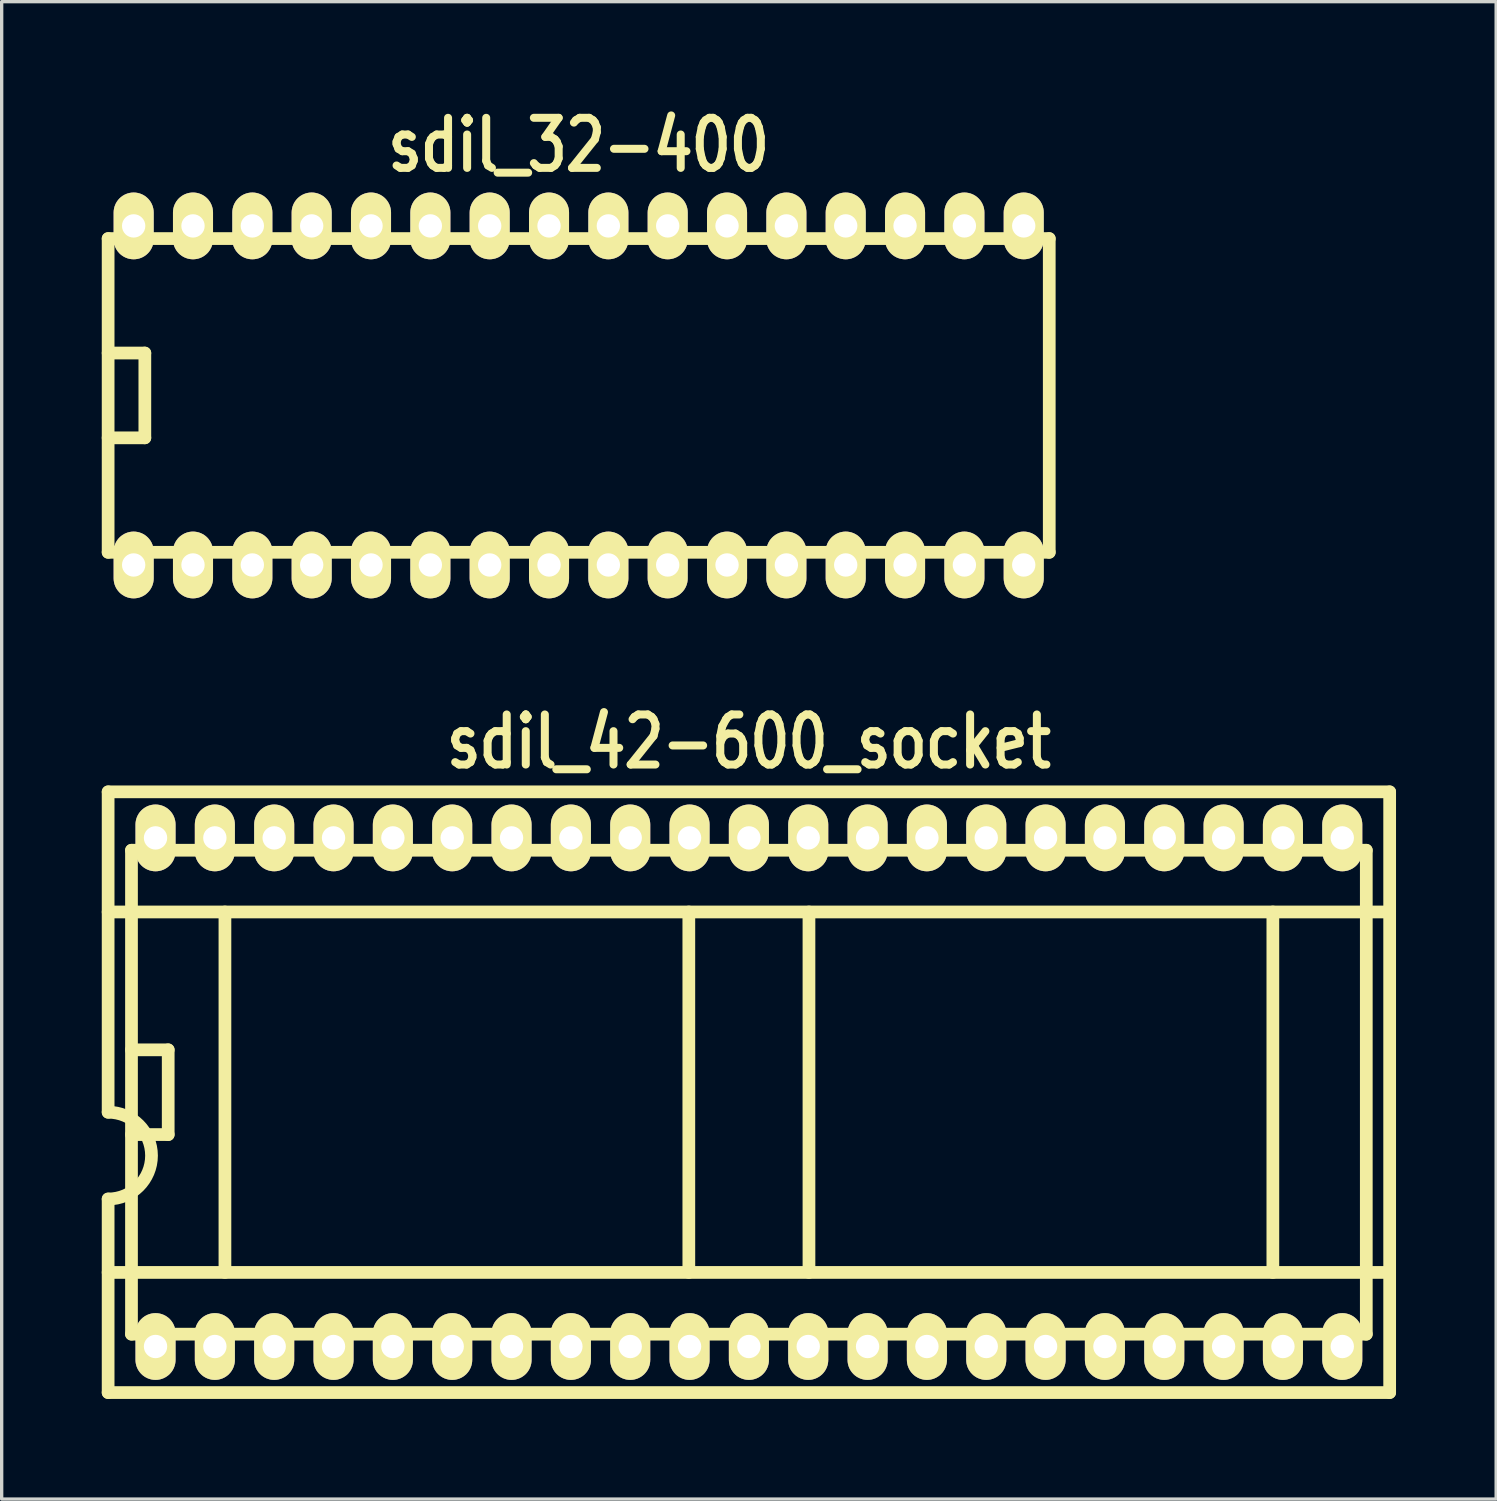
<source format=kicad_pcb>
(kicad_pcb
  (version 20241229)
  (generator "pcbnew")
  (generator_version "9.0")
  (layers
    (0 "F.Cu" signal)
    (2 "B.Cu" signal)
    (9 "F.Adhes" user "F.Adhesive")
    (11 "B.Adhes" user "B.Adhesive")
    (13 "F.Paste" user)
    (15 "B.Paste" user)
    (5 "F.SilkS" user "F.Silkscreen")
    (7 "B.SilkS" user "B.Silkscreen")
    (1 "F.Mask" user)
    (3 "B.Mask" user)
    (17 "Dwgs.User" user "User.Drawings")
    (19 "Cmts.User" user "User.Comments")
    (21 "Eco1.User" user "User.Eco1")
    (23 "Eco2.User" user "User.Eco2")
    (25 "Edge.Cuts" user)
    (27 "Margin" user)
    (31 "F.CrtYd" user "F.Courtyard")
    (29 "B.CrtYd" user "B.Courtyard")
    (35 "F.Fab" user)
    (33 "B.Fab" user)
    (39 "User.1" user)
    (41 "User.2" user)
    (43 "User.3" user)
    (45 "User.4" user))
  (footprint "sdil_42-600_socket"
    (layer "F.Cu")
    (at 19.39 29.677)
    (property "Reference" "sdil_42-600_socket" (at 0 -10.5 0) (layer "F.SilkS") (effects (font (size 1.5 1.2) (thickness 0.24))))
    (attr through_hole)
    (fp_line (start -19.2 -9) (end -19.2 0.6) (stroke (width 0.381) (type solid)) (layer "F.SilkS"))
    (fp_line (start -19.2 -5.4) (end 19.2 -5.4) (stroke (width 0.381) (type solid)) (layer "F.SilkS"))
    (fp_line (start -19.2 3.2) (end -19.2 9) (stroke (width 0.381) (type solid)) (layer "F.SilkS"))
    (fp_line (start -19.2 5.4) (end 19.2 5.4) (stroke (width 0.381) (type solid)) (layer "F.SilkS"))
    (fp_line (start -19.2 9) (end 19.2 9) (stroke (width 0.381) (type solid)) (layer "F.SilkS"))
    (fp_line (start -18.5 -7.25) (end -18.5 7.25) (stroke (width 0.381) (type solid)) (layer "F.SilkS"))
    (fp_line (start -17.4 -1.27) (end -18.5 -1.27) (stroke (width 0.381) (type solid)) (layer "F.SilkS"))
    (fp_line (start -17.4 -1.27) (end -17.4 1.27) (stroke (width 0.381) (type solid)) (layer "F.SilkS"))
    (fp_line (start -17.4 1.27) (end -18.5 1.27) (stroke (width 0.381) (type solid)) (layer "F.SilkS"))
    (fp_line (start -15.7 -5.4) (end -15.7 5.4) (stroke (width 0.381) (type solid)) (layer "F.SilkS"))
    (fp_line (start -1.8 -5.4) (end -1.8 5.4) (stroke (width 0.381) (type solid)) (layer "F.SilkS"))
    (fp_line (start 1.8 -5.4) (end 1.8 5.4) (stroke (width 0.381) (type solid)) (layer "F.SilkS"))
    (fp_line (start 15.7 -5.4) (end 15.7 5.4) (stroke (width 0.381) (type solid)) (layer "F.SilkS"))
    (fp_line (start 18.5 -7.25) (end -18.5 -7.25) (stroke (width 0.381) (type solid)) (layer "F.SilkS"))
    (fp_line (start 18.5 7.25) (end -18.5 7.25) (stroke (width 0.381) (type solid)) (layer "F.SilkS"))
    (fp_line (start 18.5 7.25) (end 18.5 -7.25) (stroke (width 0.381) (type solid)) (layer "F.SilkS"))
    (fp_line (start 19.2 -9) (end -19.2 -9) (stroke (width 0.381) (type solid)) (layer "F.SilkS"))
    (fp_line (start 19.2 9) (end 19.2 -9) (stroke (width 0.381) (type solid)) (layer "F.SilkS"))
    (fp_arc (start -19.2 0.6) (mid -17.9 1.9) (end -19.2 3.2) (stroke (width 0.381) (type solid)) (layer "F.SilkS"))
    (pad "1" thru_hole oval (at -17.78 7.62) (size 1.2 2) (drill 0.7) (layers "*.Cu" "*.Mask" "F.SilkS"))
    (pad "2" thru_hole oval (at -16.002 7.62) (size 1.2 2) (drill 0.7) (layers "*.Cu" "*.Mask" "F.SilkS"))
    (pad "3" thru_hole oval (at -14.224 7.62) (size 1.2 2) (drill 0.7) (layers "*.Cu" "*.Mask" "F.SilkS"))
    (pad "4" thru_hole oval (at -12.446 7.62) (size 1.2 2) (drill 0.7) (layers "*.Cu" "*.Mask" "F.SilkS"))
    (pad "5" thru_hole oval (at -10.668 7.62) (size 1.2 2) (drill 0.7) (layers "*.Cu" "*.Mask" "F.SilkS"))
    (pad "6" thru_hole oval (at -8.89 7.62) (size 1.2 2) (drill 0.7) (layers "*.Cu" "*.Mask" "F.SilkS"))
    (pad "7" thru_hole oval (at -7.112 7.62) (size 1.2 2) (drill 0.7) (layers "*.Cu" "*.Mask" "F.SilkS"))
    (pad "8" thru_hole oval (at -5.334 7.62) (size 1.2 2) (drill 0.7) (layers "*.Cu" "*.Mask" "F.SilkS"))
    (pad "9" thru_hole oval (at -3.556 7.62) (size 1.2 2) (drill 0.7) (layers "*.Cu" "*.Mask" "F.SilkS"))
    (pad "10" thru_hole oval (at -1.778 7.62) (size 1.2 2) (drill 0.7) (layers "*.Cu" "*.Mask" "F.SilkS"))
    (pad "11" thru_hole oval (at 0 7.62) (size 1.2 2) (drill 0.7) (layers "*.Cu" "*.Mask" "F.SilkS"))
    (pad "12" thru_hole oval (at 1.778 7.62) (size 1.2 2) (drill 0.7) (layers "*.Cu" "*.Mask" "F.SilkS"))
    (pad "13" thru_hole oval (at 3.556 7.62) (size 1.2 2) (drill 0.7) (layers "*.Cu" "*.Mask" "F.SilkS"))
    (pad "14" thru_hole oval (at 5.334 7.62) (size 1.2 2) (drill 0.7) (layers "*.Cu" "*.Mask" "F.SilkS"))
    (pad "15" thru_hole oval (at 7.112 7.62) (size 1.2 2) (drill 0.7) (layers "*.Cu" "*.Mask" "F.SilkS"))
    (pad "16" thru_hole oval (at 8.89 7.62) (size 1.2 2) (drill 0.7) (layers "*.Cu" "*.Mask" "F.SilkS"))
    (pad "17" thru_hole oval (at 10.668 7.62) (size 1.2 2) (drill 0.7) (layers "*.Cu" "*.Mask" "F.SilkS"))
    (pad "18" thru_hole oval (at 12.446 7.62) (size 1.2 2) (drill 0.7) (layers "*.Cu" "*.Mask" "F.SilkS"))
    (pad "19" thru_hole oval (at 14.224 7.62) (size 1.2 2) (drill 0.7) (layers "*.Cu" "*.Mask" "F.SilkS"))
    (pad "20" thru_hole oval (at 16.002 7.62) (size 1.2 2) (drill 0.7) (layers "*.Cu" "*.Mask" "F.SilkS"))
    (pad "21" thru_hole oval (at 17.78 7.62) (size 1.2 2) (drill 0.7) (layers "*.Cu" "*.Mask" "F.SilkS"))
    (pad "22" thru_hole oval (at 17.78 -7.62) (size 1.2 2) (drill 0.7) (layers "*.Cu" "*.Mask" "F.SilkS"))
    (pad "23" thru_hole oval (at 16.002 -7.62) (size 1.2 2) (drill 0.7) (layers "*.Cu" "*.Mask" "F.SilkS"))
    (pad "24" thru_hole oval (at 14.224 -7.62) (size 1.2 2) (drill 0.7) (layers "*.Cu" "*.Mask" "F.SilkS"))
    (pad "25" thru_hole oval (at 12.446 -7.62) (size 1.2 2) (drill 0.7) (layers "*.Cu" "*.Mask" "F.SilkS"))
    (pad "26" thru_hole oval (at 10.668 -7.62) (size 1.2 2) (drill 0.7) (layers "*.Cu" "*.Mask" "F.SilkS"))
    (pad "27" thru_hole oval (at 8.89 -7.62) (size 1.2 2) (drill 0.7) (layers "*.Cu" "*.Mask" "F.SilkS"))
    (pad "28" thru_hole oval (at 7.112 -7.62) (size 1.2 2) (drill 0.7) (layers "*.Cu" "*.Mask" "F.SilkS"))
    (pad "29" thru_hole oval (at 5.334 -7.62) (size 1.2 2) (drill 0.7) (layers "*.Cu" "*.Mask" "F.SilkS"))
    (pad "30" thru_hole oval (at 3.556 -7.62) (size 1.2 2) (drill 0.7) (layers "*.Cu" "*.Mask" "F.SilkS"))
    (pad "31" thru_hole oval (at 1.778 -7.62) (size 1.2 2) (drill 0.7) (layers "*.Cu" "*.Mask" "F.SilkS"))
    (pad "32" thru_hole oval (at 0 -7.62) (size 1.2 2) (drill 0.7) (layers "*.Cu" "*.Mask" "F.SilkS"))
    (pad "33" thru_hole oval (at -1.778 -7.62) (size 1.2 2) (drill 0.7) (layers "*.Cu" "*.Mask" "F.SilkS"))
    (pad "34" thru_hole oval (at -3.556 -7.62) (size 1.2 2) (drill 0.7) (layers "*.Cu" "*.Mask" "F.SilkS"))
    (pad "35" thru_hole oval (at -5.334 -7.62) (size 1.2 2) (drill 0.7) (layers "*.Cu" "*.Mask" "F.SilkS"))
    (pad "36" thru_hole oval (at -7.112 -7.62) (size 1.2 2) (drill 0.7) (layers "*.Cu" "*.Mask" "F.SilkS"))
    (pad "37" thru_hole oval (at -8.89 -7.62) (size 1.2 2) (drill 0.7) (layers "*.Cu" "*.Mask" "F.SilkS"))
    (pad "38" thru_hole oval (at -10.668 -7.62) (size 1.2 2) (drill 0.7) (layers "*.Cu" "*.Mask" "F.SilkS"))
    (pad "39" thru_hole oval (at -12.446 -7.62) (size 1.2 2) (drill 0.7) (layers "*.Cu" "*.Mask" "F.SilkS"))
    (pad "40" thru_hole oval (at -14.224 -7.62) (size 1.2 2) (drill 0.7) (layers "*.Cu" "*.Mask" "F.SilkS"))
    (pad "41" thru_hole oval (at -16.002 -7.62) (size 1.2 2) (drill 0.7) (layers "*.Cu" "*.Mask" "F.SilkS"))
    (pad "42" thru_hole oval (at -17.78 -7.62) (size 1.2 2) (drill 0.7) (layers "*.Cu" "*.Mask" "F.SilkS")))
  (footprint "sdil_32-400"
    (layer "F.Cu")
    (at 14.29 8.799)
    (property "Reference" "sdil_32-400" (at 0 -7.5 0) (layer "F.SilkS") (effects (font (size 1.5 1.2) (thickness 0.24))))
    (attr through_hole)
    (fp_line (start -14.1 -4.7) (end -14.1 4.7) (stroke (width 0.381) (type solid)) (layer "F.SilkS"))
    (fp_line (start -13 -1.27) (end -14.1 -1.27) (stroke (width 0.381) (type solid)) (layer "F.SilkS"))
    (fp_line (start -13 -1.27) (end -13 1.27) (stroke (width 0.381) (type solid)) (layer "F.SilkS"))
    (fp_line (start -13 1.27) (end -14.1 1.27) (stroke (width 0.381) (type solid)) (layer "F.SilkS"))
    (fp_line (start 14.1 -4.7) (end -14.1 -4.7) (stroke (width 0.381) (type solid)) (layer "F.SilkS"))
    (fp_line (start 14.1 4.7) (end -14.1 4.7) (stroke (width 0.381) (type solid)) (layer "F.SilkS"))
    (fp_line (start 14.1 4.7) (end 14.1 -4.7) (stroke (width 0.381) (type solid)) (layer "F.SilkS"))
    (pad "1" thru_hole oval (at -13.335 5.08) (size 1.2 2) (drill 0.7) (layers "*.Cu" "*.Mask" "F.SilkS"))
    (pad "2" thru_hole oval (at -11.557 5.08) (size 1.2 2) (drill 0.7) (layers "*.Cu" "*.Mask" "F.SilkS"))
    (pad "3" thru_hole oval (at -9.779 5.08) (size 1.2 2) (drill 0.7) (layers "*.Cu" "*.Mask" "F.SilkS"))
    (pad "4" thru_hole oval (at -8.001 5.08) (size 1.2 2) (drill 0.7) (layers "*.Cu" "*.Mask" "F.SilkS"))
    (pad "5" thru_hole oval (at -6.223 5.08) (size 1.2 2) (drill 0.7) (layers "*.Cu" "*.Mask" "F.SilkS"))
    (pad "6" thru_hole oval (at -4.445 5.08) (size 1.2 2) (drill 0.7) (layers "*.Cu" "*.Mask" "F.SilkS"))
    (pad "7" thru_hole oval (at -2.667 5.08) (size 1.2 2) (drill 0.7) (layers "*.Cu" "*.Mask" "F.SilkS"))
    (pad "8" thru_hole oval (at -0.889 5.08) (size 1.2 2) (drill 0.7) (layers "*.Cu" "*.Mask" "F.SilkS"))
    (pad "9" thru_hole oval (at 0.889 5.08) (size 1.2 2) (drill 0.7) (layers "*.Cu" "*.Mask" "F.SilkS"))
    (pad "10" thru_hole oval (at 2.667 5.08) (size 1.2 2) (drill 0.7) (layers "*.Cu" "*.Mask" "F.SilkS"))
    (pad "11" thru_hole oval (at 4.445 5.08) (size 1.2 2) (drill 0.7) (layers "*.Cu" "*.Mask" "F.SilkS"))
    (pad "12" thru_hole oval (at 6.223 5.08) (size 1.2 2) (drill 0.7) (layers "*.Cu" "*.Mask" "F.SilkS"))
    (pad "13" thru_hole oval (at 8.001 5.08) (size 1.2 2) (drill 0.7) (layers "*.Cu" "*.Mask" "F.SilkS"))
    (pad "14" thru_hole oval (at 9.779 5.08) (size 1.2 2) (drill 0.7) (layers "*.Cu" "*.Mask" "F.SilkS"))
    (pad "15" thru_hole oval (at 11.557 5.08) (size 1.2 2) (drill 0.7) (layers "*.Cu" "*.Mask" "F.SilkS"))
    (pad "16" thru_hole oval (at 13.335 5.08) (size 1.2 2) (drill 0.7) (layers "*.Cu" "*.Mask" "F.SilkS"))
    (pad "17" thru_hole oval (at 13.335 -5.08) (size 1.2 2) (drill 0.7) (layers "*.Cu" "*.Mask" "F.SilkS"))
    (pad "18" thru_hole oval (at 11.557 -5.08) (size 1.2 2) (drill 0.7) (layers "*.Cu" "*.Mask" "F.SilkS"))
    (pad "19" thru_hole oval (at 9.779 -5.08) (size 1.2 2) (drill 0.7) (layers "*.Cu" "*.Mask" "F.SilkS"))
    (pad "20" thru_hole oval (at 8.001 -5.08) (size 1.2 2) (drill 0.7) (layers "*.Cu" "*.Mask" "F.SilkS"))
    (pad "21" thru_hole oval (at 6.223 -5.08) (size 1.2 2) (drill 0.7) (layers "*.Cu" "*.Mask" "F.SilkS"))
    (pad "22" thru_hole oval (at 4.445 -5.08) (size 1.2 2) (drill 0.7) (layers "*.Cu" "*.Mask" "F.SilkS"))
    (pad "23" thru_hole oval (at 2.667 -5.08) (size 1.2 2) (drill 0.7) (layers "*.Cu" "*.Mask" "F.SilkS"))
    (pad "24" thru_hole oval (at 0.889 -5.08) (size 1.2 2) (drill 0.7) (layers "*.Cu" "*.Mask" "F.SilkS"))
    (pad "25" thru_hole oval (at -0.889 -5.08) (size 1.2 2) (drill 0.7) (layers "*.Cu" "*.Mask" "F.SilkS"))
    (pad "26" thru_hole oval (at -2.667 -5.08) (size 1.2 2) (drill 0.7) (layers "*.Cu" "*.Mask" "F.SilkS"))
    (pad "27" thru_hole oval (at -4.445 -5.08) (size 1.2 2) (drill 0.7) (layers "*.Cu" "*.Mask" "F.SilkS"))
    (pad "28" thru_hole oval (at -6.223 -5.08) (size 1.2 2) (drill 0.7) (layers "*.Cu" "*.Mask" "F.SilkS"))
    (pad "29" thru_hole oval (at -8.001 -5.08) (size 1.2 2) (drill 0.7) (layers "*.Cu" "*.Mask" "F.SilkS"))
    (pad "30" thru_hole oval (at -9.779 -5.08) (size 1.2 2) (drill 0.7) (layers "*.Cu" "*.Mask" "F.SilkS"))
    (pad "31" thru_hole oval (at -11.557 -5.08) (size 1.2 2) (drill 0.7) (layers "*.Cu" "*.Mask" "F.SilkS"))
    (pad "32" thru_hole oval (at -13.335 -5.08) (size 1.2 2) (drill 0.7) (layers "*.Cu" "*.Mask" "F.SilkS")))
  (gr_rect
    (start -3 -3)
    (end 41.781 41.868)
    (stroke (width 0.1) (type default))
    (fill no)
    (layer "Edge.Cuts")))
</source>
